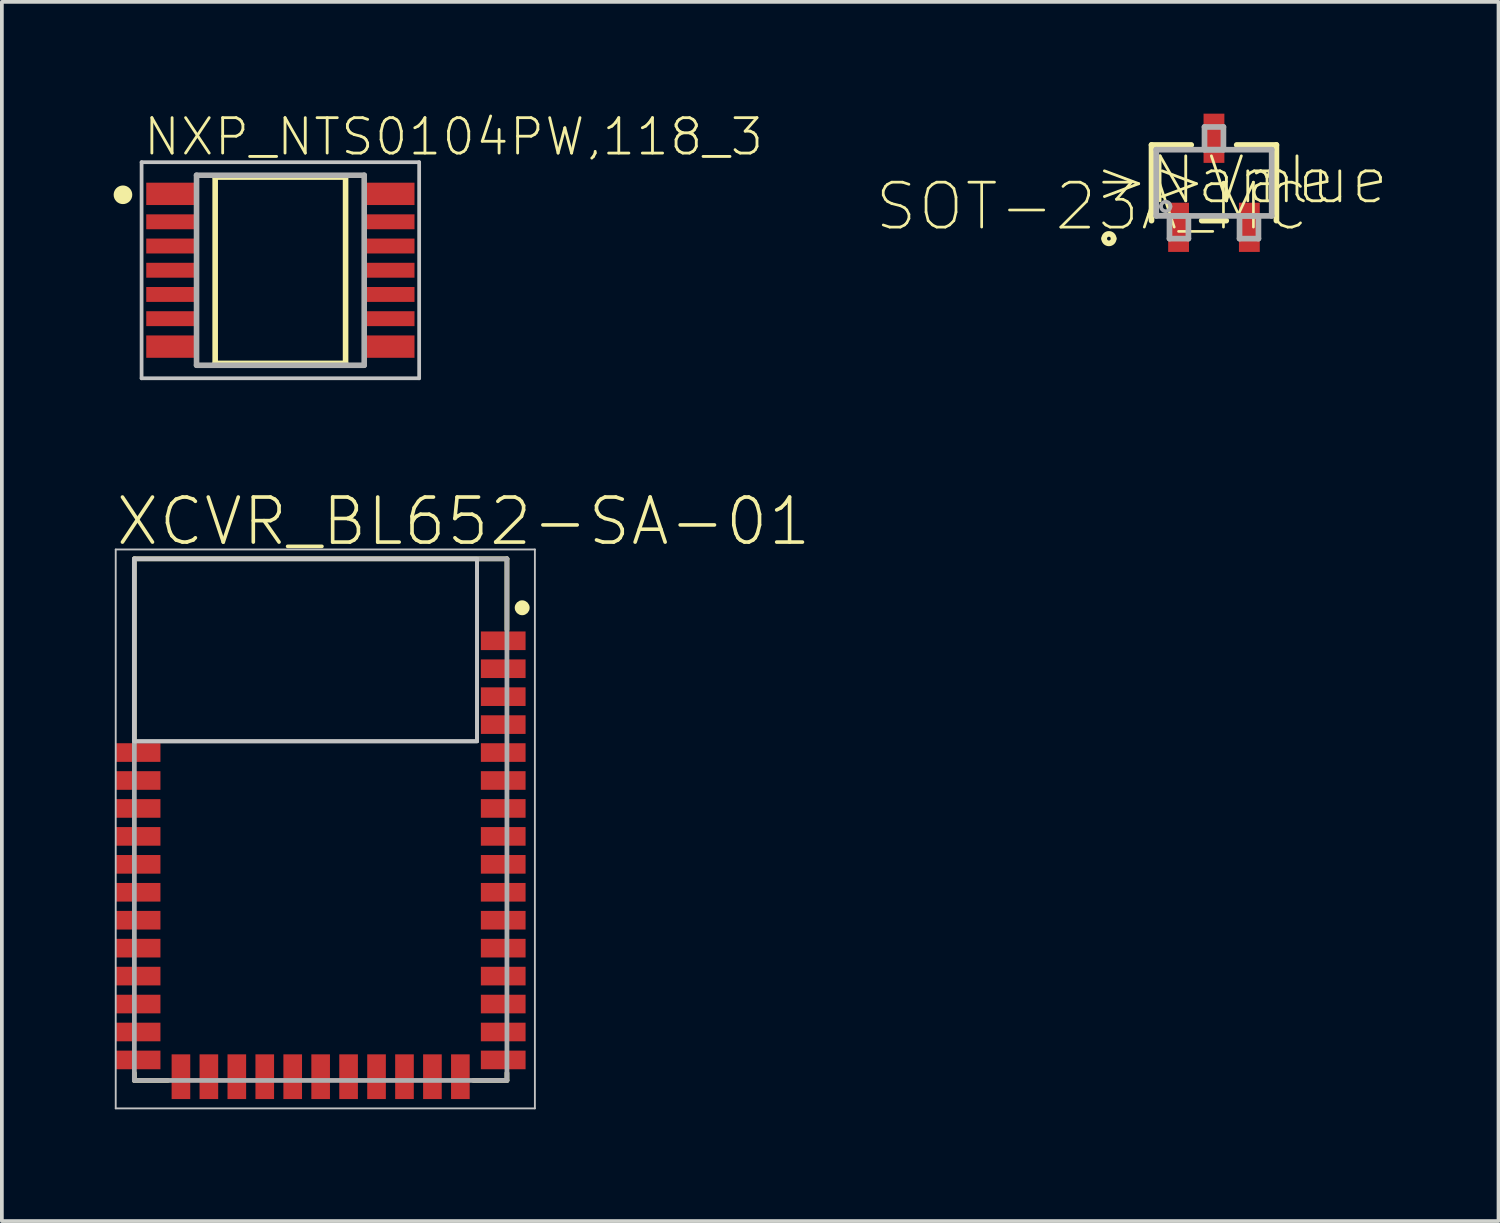
<source format=kicad_pcb>
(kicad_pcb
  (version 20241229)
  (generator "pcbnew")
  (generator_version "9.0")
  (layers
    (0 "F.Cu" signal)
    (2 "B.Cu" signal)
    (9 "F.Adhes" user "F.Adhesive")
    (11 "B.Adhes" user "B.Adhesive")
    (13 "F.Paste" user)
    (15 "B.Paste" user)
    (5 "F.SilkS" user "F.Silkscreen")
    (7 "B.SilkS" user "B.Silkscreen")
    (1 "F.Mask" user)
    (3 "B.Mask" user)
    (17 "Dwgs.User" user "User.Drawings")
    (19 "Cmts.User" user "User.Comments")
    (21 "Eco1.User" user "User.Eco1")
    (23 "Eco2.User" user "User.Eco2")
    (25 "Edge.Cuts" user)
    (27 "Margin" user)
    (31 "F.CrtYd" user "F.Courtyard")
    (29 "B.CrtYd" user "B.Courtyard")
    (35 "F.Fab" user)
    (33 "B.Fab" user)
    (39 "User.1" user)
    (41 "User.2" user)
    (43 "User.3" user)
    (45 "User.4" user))
  (footprint "SOT-23A_MC"
    (layer "F.Cu")
    (at 29.532 1.856)
    (property "Reference" "SOT-23A_MC" (at -3.277 0.635 180) (layer "F.SilkS") (effects (font (size 1.206 1.206) (thickness 0.072))))
    (attr through_hole)
    (fp_line (start -1.676 -1.016) (end -1.676 1.016) (stroke (width 0.152) (type solid)) (layer "F.SilkS"))
    (fp_line (start -0.61 -1.016) (end -1.676 -1.016) (stroke (width 0.152) (type solid)) (layer "F.SilkS"))
    (fp_line (start -0.33 1.016) (end 0.33 1.016) (stroke (width 0.152) (type solid)) (layer "F.SilkS"))
    (fp_line (start 1.676 -1.016) (end 0.61 -1.016) (stroke (width 0.152) (type solid)) (layer "F.SilkS"))
    (fp_line (start 1.676 1.016) (end 1.676 -1.016) (stroke (width 0.152) (type solid)) (layer "F.SilkS"))
    (fp_arc (start -2.9464 1.4986) (mid -2.8194 1.3716) (end -2.6924 1.4986) (stroke (width 0.1524) (type solid)) (layer "F.SilkS"))
    (fp_arc (start -2.6924 1.4986) (mid -2.8194 1.6256) (end -2.9464 1.4986) (stroke (width 0.1524) (type solid)) (layer "F.SilkS"))
    (fp_line (start -1.549 -0.889) (end -1.549 0.889) (stroke (width 0.152) (type solid)) (layer "F.Fab"))
    (fp_line (start -1.549 0.889) (end 1.549 0.889) (stroke (width 0.152) (type solid)) (layer "F.Fab"))
    (fp_line (start -1.194 0.889) (end -1.194 1.499) (stroke (width 0.152) (type solid)) (layer "F.Fab"))
    (fp_line (start -1.194 1.499) (end -0.686 1.499) (stroke (width 0.152) (type solid)) (layer "F.Fab"))
    (fp_line (start -0.686 0.889) (end -1.194 0.889) (stroke (width 0.152) (type solid)) (layer "F.Fab"))
    (fp_line (start -0.686 1.499) (end -0.686 0.889) (stroke (width 0.152) (type solid)) (layer "F.Fab"))
    (fp_line (start -0.254 -1.499) (end -0.254 -0.889) (stroke (width 0.152) (type solid)) (layer "F.Fab"))
    (fp_line (start -0.254 -0.889) (end 0.254 -0.889) (stroke (width 0.152) (type solid)) (layer "F.Fab"))
    (fp_line (start 0.254 -1.499) (end -0.254 -1.499) (stroke (width 0.152) (type solid)) (layer "F.Fab"))
    (fp_line (start 0.254 -0.889) (end 0.254 -1.499) (stroke (width 0.152) (type solid)) (layer "F.Fab"))
    (fp_line (start 0.686 0.889) (end 0.686 1.499) (stroke (width 0.152) (type solid)) (layer "F.Fab"))
    (fp_line (start 0.686 1.499) (end 1.194 1.499) (stroke (width 0.152) (type solid)) (layer "F.Fab"))
    (fp_line (start 1.194 0.889) (end 0.686 0.889) (stroke (width 0.152) (type solid)) (layer "F.Fab"))
    (fp_line (start 1.194 1.499) (end 1.194 0.889) (stroke (width 0.152) (type solid)) (layer "F.Fab"))
    (fp_line (start 1.549 -0.889) (end -1.549 -0.889) (stroke (width 0.152) (type solid)) (layer "F.Fab"))
    (fp_line (start 1.549 0.889) (end 1.549 -0.889) (stroke (width 0.152) (type solid)) (layer "F.Fab"))
    (fp_arc (start -1.4224 0.635) (mid -1.2954 0.508) (end -1.1684 0.635) (stroke (width 0.1) (type solid)) (layer "F.Fab"))
    (fp_arc (start -1.1684 0.635) (mid -1.2954 0.762) (end -1.4224 0.635) (stroke (width 0.1) (type solid)) (layer "F.Fab"))
    (fp_text user ">Value" (at -1.727 0.635 0) (layer "F.SilkS") (effects (font (size 1.206 1.206) (thickness 0.076)) (justify left bottom)))
    (fp_text user ">Name" (at -3.277 0.635 0) (layer "F.SilkS") (effects (font (size 1.206 1.206) (thickness 0.076)) (justify left bottom)))
    (pad "1" smd rect (at -0.95 1.195) (size 0.559 1.321) (layers "F.Cu" "F.Mask" "F.Paste"))
    (pad "2" smd rect (at 0.95 1.195) (size 0.559 1.321) (layers "F.Cu" "F.Mask" "F.Paste"))
    (pad "3" smd rect (at 0 -1.195) (size 0.559 1.321) (layers "F.Cu" "F.Mask" "F.Paste")))
  (footprint "XCVR_BL652-SA-01"
    (layer "F.Cu")
    (at 5.556 18.948)
    (property "Reference" "XCVR_BL652-SA-01" (at -5.556 -7.296 0) (layer "F.SilkS") (effects (font (size 1.209 1.209) (thickness 0.097)) (justify left bottom)))
    (attr through_hole)
    (fp_line (start -5 -2.1) (end -5 -7) (stroke (width 0.127) (type solid)) (layer "F.SilkS"))
    (fp_line (start -5 6.8) (end -5 7) (stroke (width 0.127) (type solid)) (layer "F.SilkS"))
    (fp_line (start -5 7) (end -4.1 7) (stroke (width 0.127) (type solid)) (layer "F.SilkS"))
    (fp_line (start 5 -7) (end -5 -7) (stroke (width 0.127) (type solid)) (layer "F.SilkS"))
    (fp_line (start 5 -5.1) (end 5 -7) (stroke (width 0.127) (type solid)) (layer "F.SilkS"))
    (fp_line (start 5 6.8) (end 5 7) (stroke (width 0.127) (type solid)) (layer "F.SilkS"))
    (fp_line (start 5 7) (end 4.1 7) (stroke (width 0.127) (type solid)) (layer "F.SilkS"))
    (fp_circle (center 5.409 -5.686) (end 5.509 -5.686) (stroke (width 0.2) (type solid)) (fill no) (layer "F.SilkS"))
    (fp_line (start -5.5 -7.25) (end 5.75 -7.25) (stroke (width 0.05) (type solid)) (layer "Dwgs.User"))
    (fp_line (start -5.5 7.75) (end -5.5 -7.25) (stroke (width 0.05) (type solid)) (layer "Dwgs.User"))
    (fp_line (start 5.75 -7.25) (end 5.75 7.75) (stroke (width 0.05) (type solid)) (layer "Dwgs.User"))
    (fp_line (start 5.75 7.75) (end -5.5 7.75) (stroke (width 0.05) (type solid)) (layer "Dwgs.User"))
    (fp_poly (pts (xy -5.006 -2.102) (xy 4.2 -2.102) (xy 4.2 -7) (xy -5.006 -7)) (stroke (width 0.1) (type solid)) (fill no) (layer "Dwgs.User"))
    (fp_poly (pts (xy -5.004 -2.102) (xy 4.2 -2.102) (xy 4.2 -7) (xy -5.004 -7)) (stroke (width 0.1) (type solid)) (fill no) (layer "Dwgs.User"))
    (fp_poly (pts (xy -5.003 -2.101) (xy 4.2 -2.101) (xy 4.2 -7) (xy -5.003 -7)) (stroke (width 0.1) (type solid)) (fill no) (layer "Dwgs.User"))
    (fp_line (start -5 -7) (end -5 7) (stroke (width 0.127) (type solid)) (layer "F.Fab"))
    (fp_line (start -5 -7) (end 5 -7) (stroke (width 0.127) (type solid)) (layer "F.Fab"))
    (fp_line (start 5 -7) (end 5 7) (stroke (width 0.127) (type solid)) (layer "F.Fab"))
    (fp_line (start 5 7) (end -5 7) (stroke (width 0.127) (type solid)) (layer "F.Fab"))
    (pad "1" smd rect (at 4.9 -4.8) (size 1.2 0.5) (layers "F.Cu" "F.Mask" "F.Paste"))
    (pad "2" smd rect (at 4.9 -4.05) (size 1.2 0.5) (layers "F.Cu" "F.Mask" "F.Paste"))
    (pad "3" smd rect (at 4.9 -3.3) (size 1.2 0.5) (layers "F.Cu" "F.Mask" "F.Paste"))
    (pad "4" smd rect (at 4.9 -2.55) (size 1.2 0.5) (layers "F.Cu" "F.Mask" "F.Paste"))
    (pad "5" smd rect (at 4.9 -1.8) (size 1.2 0.5) (layers "F.Cu" "F.Mask" "F.Paste"))
    (pad "6" smd rect (at 4.9 -1.05) (size 1.2 0.5) (layers "F.Cu" "F.Mask" "F.Paste"))
    (pad "7" smd rect (at 4.9 -0.3) (size 1.2 0.5) (layers "F.Cu" "F.Mask" "F.Paste"))
    (pad "8" smd rect (at 4.9 0.45) (size 1.2 0.5) (layers "F.Cu" "F.Mask" "F.Paste"))
    (pad "9" smd rect (at 4.9 1.2) (size 1.2 0.5) (layers "F.Cu" "F.Mask" "F.Paste"))
    (pad "10" smd rect (at 4.9 1.95) (size 1.2 0.5) (layers "F.Cu" "F.Mask" "F.Paste"))
    (pad "11" smd rect (at 4.9 2.7) (size 1.2 0.5) (layers "F.Cu" "F.Mask" "F.Paste"))
    (pad "12" smd rect (at 4.9 3.45) (size 1.2 0.5) (layers "F.Cu" "F.Mask" "F.Paste"))
    (pad "13" smd rect (at 4.9 4.2) (size 1.2 0.5) (layers "F.Cu" "F.Mask" "F.Paste"))
    (pad "14" smd rect (at 4.9 4.95) (size 1.2 0.5) (layers "F.Cu" "F.Mask" "F.Paste"))
    (pad "15" smd rect (at 4.9 5.7) (size 1.2 0.5) (layers "F.Cu" "F.Mask" "F.Paste"))
    (pad "16" smd rect (at 4.9 6.45) (size 1.2 0.5) (layers "F.Cu" "F.Mask" "F.Paste"))
    (pad "17" smd rect (at 3.75 6.9 90) (size 1.2 0.5) (layers "F.Cu" "F.Mask" "F.Paste"))
    (pad "18" smd rect (at 3 6.9 90) (size 1.2 0.5) (layers "F.Cu" "F.Mask" "F.Paste"))
    (pad "19" smd rect (at 2.25 6.9 90) (size 1.2 0.5) (layers "F.Cu" "F.Mask" "F.Paste"))
    (pad "20" smd rect (at 1.5 6.9 90) (size 1.2 0.5) (layers "F.Cu" "F.Mask" "F.Paste"))
    (pad "21" smd rect (at 0.75 6.9 90) (size 1.2 0.5) (layers "F.Cu" "F.Mask" "F.Paste"))
    (pad "22" smd rect (at 0 6.9 90) (size 1.2 0.5) (layers "F.Cu" "F.Mask" "F.Paste"))
    (pad "23" smd rect (at -0.75 6.9 90) (size 1.2 0.5) (layers "F.Cu" "F.Mask" "F.Paste"))
    (pad "24" smd rect (at -1.5 6.9 90) (size 1.2 0.5) (layers "F.Cu" "F.Mask" "F.Paste"))
    (pad "25" smd rect (at -2.25 6.9 90) (size 1.2 0.5) (layers "F.Cu" "F.Mask" "F.Paste"))
    (pad "26" smd rect (at -3 6.9 90) (size 1.2 0.5) (layers "F.Cu" "F.Mask" "F.Paste"))
    (pad "27" smd rect (at -3.75 6.9 90) (size 1.2 0.5) (layers "F.Cu" "F.Mask" "F.Paste"))
    (pad "28" smd rect (at -4.9 6.45) (size 1.2 0.5) (layers "F.Cu" "F.Mask" "F.Paste"))
    (pad "29" smd rect (at -4.9 5.7) (size 1.2 0.5) (layers "F.Cu" "F.Mask" "F.Paste"))
    (pad "30" smd rect (at -4.9 4.95) (size 1.2 0.5) (layers "F.Cu" "F.Mask" "F.Paste"))
    (pad "31" smd rect (at -4.9 4.2) (size 1.2 0.5) (layers "F.Cu" "F.Mask" "F.Paste"))
    (pad "32" smd rect (at -4.9 3.45) (size 1.2 0.5) (layers "F.Cu" "F.Mask" "F.Paste"))
    (pad "33" smd rect (at -4.9 2.7) (size 1.2 0.5) (layers "F.Cu" "F.Mask" "F.Paste"))
    (pad "34" smd rect (at -4.9 1.95) (size 1.2 0.5) (layers "F.Cu" "F.Mask" "F.Paste"))
    (pad "35" smd rect (at -4.9 1.2) (size 1.2 0.5) (layers "F.Cu" "F.Mask" "F.Paste"))
    (pad "36" smd rect (at -4.9 0.45) (size 1.2 0.5) (layers "F.Cu" "F.Mask" "F.Paste"))
    (pad "37" smd rect (at -4.9 -0.3) (size 1.2 0.5) (layers "F.Cu" "F.Mask" "F.Paste"))
    (pad "38" smd rect (at -4.9 -1.05) (size 1.2 0.5) (layers "F.Cu" "F.Mask" "F.Paste"))
    (pad "39" smd rect (at -4.9 -1.8) (size 1.2 0.5) (layers "F.Cu" "F.Mask" "F.Paste")))
  (footprint "NXP_NTS0104PW,118_3"
    (layer "F.Cu")
    (at 4.475 4.203)
    (property "Reference" "NXP_NTS0104PW,118_3" (at -3.725 -3.025 0) (layer "F.SilkS") (effects (font (size 0.95 0.95) (thickness 0.076)) (justify left bottom)))
    (attr through_hole)
    (fp_line (start -1.75 -2.5) (end -1.75 2.5) (stroke (width 0.15) (type solid)) (layer "F.SilkS"))
    (fp_line (start -1.75 2.5) (end 1.75 2.5) (stroke (width 0.15) (type solid)) (layer "F.SilkS"))
    (fp_line (start 1.75 -2.5) (end -1.75 -2.5) (stroke (width 0.15) (type solid)) (layer "F.SilkS"))
    (fp_line (start 1.75 2.5) (end 1.75 -2.5) (stroke (width 0.15) (type solid)) (layer "F.SilkS"))
    (fp_circle (center -4.225 -2.025) (end -4.1 -2.025) (stroke (width 0.25) (type solid)) (fill no) (layer "F.SilkS"))
    (fp_line (start -3.725 -2.9) (end -3.725 2.9) (stroke (width 0.1) (type solid)) (layer "Dwgs.User"))
    (fp_line (start -3.725 2.9) (end 3.725 2.9) (stroke (width 0.1) (type solid)) (layer "Dwgs.User"))
    (fp_line (start 3.725 -2.9) (end -3.725 -2.9) (stroke (width 0.1) (type solid)) (layer "Dwgs.User"))
    (fp_line (start 3.725 2.9) (end 3.725 -2.9) (stroke (width 0.1) (type solid)) (layer "Dwgs.User"))
    (fp_line (start -2.25 -2.55) (end -2.25 2.55) (stroke (width 0.15) (type solid)) (layer "F.Fab"))
    (fp_line (start -2.25 2.55) (end 2.25 2.55) (stroke (width 0.15) (type solid)) (layer "F.Fab"))
    (fp_line (start 2.25 -2.55) (end -2.25 -2.55) (stroke (width 0.15) (type solid)) (layer "F.Fab"))
    (fp_line (start 2.25 2.55) (end 2.25 -2.55) (stroke (width 0.15) (type solid)) (layer "F.Fab"))
    (pad "1" smd rect (at -2.925 -2.05 270) (size 0.6 1.35) (layers "F.Cu" "F.Mask" "F.Paste"))
    (pad "2" smd rect (at -2.925 -1.3 270) (size 0.4 1.35) (layers "F.Cu" "F.Mask" "F.Paste"))
    (pad "3" smd rect (at -2.925 -0.65 270) (size 0.4 1.35) (layers "F.Cu" "F.Mask" "F.Paste"))
    (pad "4" smd rect (at -2.925 0 270) (size 0.4 1.35) (layers "F.Cu" "F.Mask" "F.Paste"))
    (pad "5" smd rect (at -2.925 0.65 270) (size 0.4 1.35) (layers "F.Cu" "F.Mask" "F.Paste"))
    (pad "6" smd rect (at -2.925 1.3 270) (size 0.4 1.35) (layers "F.Cu" "F.Mask" "F.Paste"))
    (pad "7" smd rect (at -2.925 2.05 270) (size 0.6 1.35) (layers "F.Cu" "F.Mask" "F.Paste"))
    (pad "8" smd rect (at 2.925 2.05 270) (size 0.6 1.35) (layers "F.Cu" "F.Mask" "F.Paste"))
    (pad "9" smd rect (at 2.925 1.3 270) (size 0.4 1.35) (layers "F.Cu" "F.Mask" "F.Paste"))
    (pad "10" smd rect (at 2.925 0.65 270) (size 0.4 1.35) (layers "F.Cu" "F.Mask" "F.Paste"))
    (pad "11" smd rect (at 2.925 0 270) (size 0.4 1.35) (layers "F.Cu" "F.Mask" "F.Paste"))
    (pad "12" smd rect (at 2.925 -0.65 270) (size 0.4 1.35) (layers "F.Cu" "F.Mask" "F.Paste"))
    (pad "13" smd rect (at 2.925 -1.3 270) (size 0.4 1.35) (layers "F.Cu" "F.Mask" "F.Paste"))
    (pad "14" smd rect (at 2.925 -2.05 270) (size 0.6 1.35) (layers "F.Cu" "F.Mask" "F.Paste")))
  (gr_rect
    (start -3 -3)
    (end 37.169 29.723)
    (stroke (width 0.1) (type default))
    (fill no)
    (layer "Edge.Cuts")))
</source>
